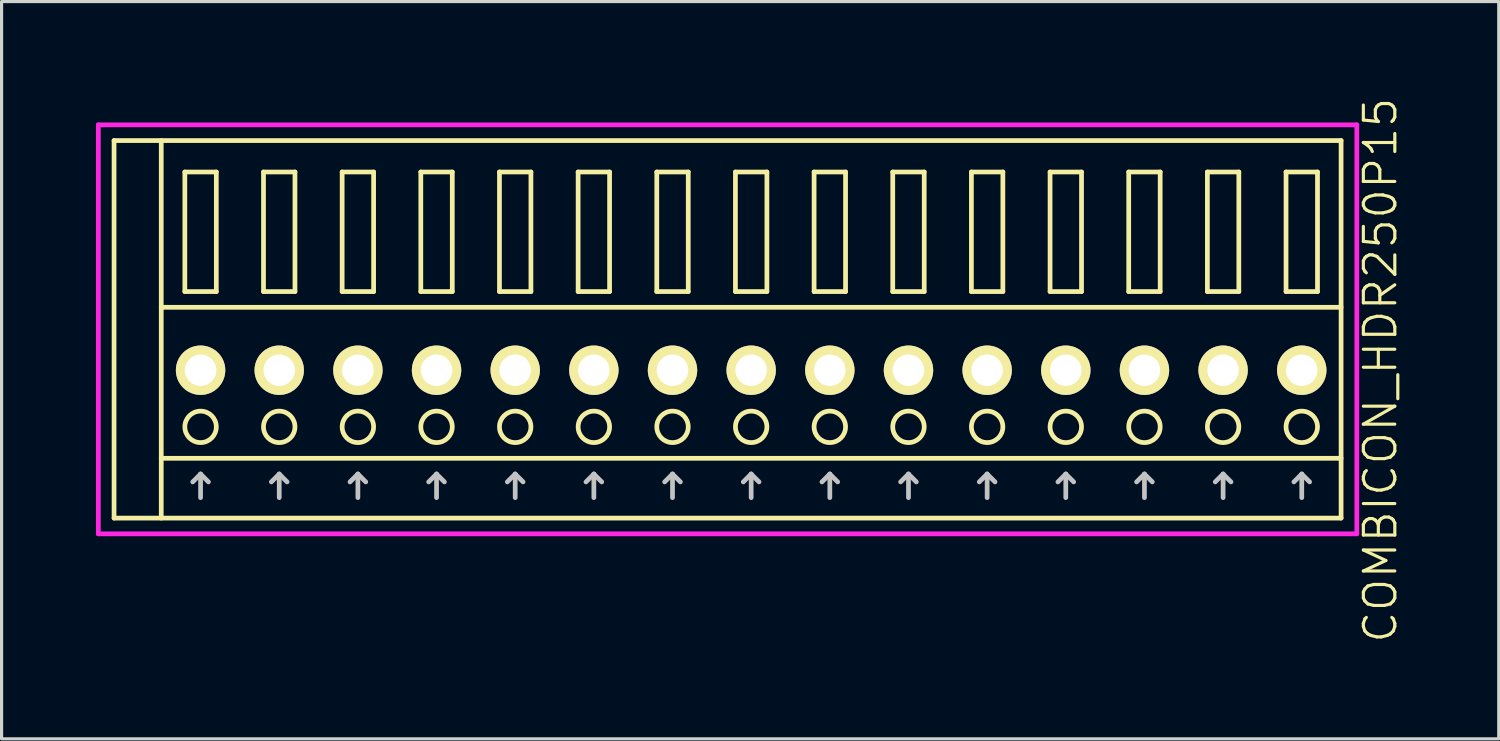
<source format=kicad_pcb>
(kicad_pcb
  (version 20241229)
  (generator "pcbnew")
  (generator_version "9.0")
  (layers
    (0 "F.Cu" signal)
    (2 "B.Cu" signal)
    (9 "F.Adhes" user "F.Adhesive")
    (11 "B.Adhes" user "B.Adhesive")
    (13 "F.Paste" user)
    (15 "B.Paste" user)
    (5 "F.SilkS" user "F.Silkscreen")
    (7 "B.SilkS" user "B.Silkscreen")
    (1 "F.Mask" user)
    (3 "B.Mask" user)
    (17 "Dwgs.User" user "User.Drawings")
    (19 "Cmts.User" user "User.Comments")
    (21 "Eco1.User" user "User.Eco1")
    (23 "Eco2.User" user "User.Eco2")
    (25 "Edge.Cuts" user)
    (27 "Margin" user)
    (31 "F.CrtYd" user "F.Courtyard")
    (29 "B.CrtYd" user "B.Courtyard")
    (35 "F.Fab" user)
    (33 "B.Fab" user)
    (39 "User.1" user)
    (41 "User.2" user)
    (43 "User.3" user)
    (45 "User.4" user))
  (footprint "COMBICON_HDR250P15"
    (layer "F.Cu")
    (at 20.825 8.717)
    (property "Reference" "COMBICON_HDR250P15" (at 20 0 90) (layer "F.SilkS") (effects (font (size 1 1) (thickness 0.1))))
    (attr through_hole)
    (fp_line (start -20.25 -7.3) (end -20.25 4.7) (stroke (width 0.15) (type solid)) (layer "F.SilkS"))
    (fp_line (start -20.25 4.7) (end 18.75 4.7) (stroke (width 0.15) (type solid)) (layer "F.SilkS"))
    (fp_line (start -18.75 -2) (end 18.75 -2) (stroke (width 0.15) (type solid)) (layer "F.SilkS"))
    (fp_line (start -18.75 2.8) (end 18.75 2.8) (stroke (width 0.15) (type solid)) (layer "F.SilkS"))
    (fp_line (start -18.75 4.7) (end -18.75 -7.3) (stroke (width 0.15) (type solid)) (layer "F.SilkS"))
    (fp_line (start -18 -6.3) (end -18 -2.5) (stroke (width 0.15) (type solid)) (layer "F.SilkS"))
    (fp_line (start -18 -2.5) (end -17 -2.5) (stroke (width 0.15) (type solid)) (layer "F.SilkS"))
    (fp_line (start -17 -6.3) (end -18 -6.3) (stroke (width 0.15) (type solid)) (layer "F.SilkS"))
    (fp_line (start -17 -2.5) (end -17 -6.3) (stroke (width 0.15) (type solid)) (layer "F.SilkS"))
    (fp_line (start -15.5 -6.3) (end -15.5 -2.5) (stroke (width 0.15) (type solid)) (layer "F.SilkS"))
    (fp_line (start -15.5 -2.5) (end -14.5 -2.5) (stroke (width 0.15) (type solid)) (layer "F.SilkS"))
    (fp_line (start -14.5 -6.3) (end -15.5 -6.3) (stroke (width 0.15) (type solid)) (layer "F.SilkS"))
    (fp_line (start -14.5 -2.5) (end -14.5 -6.3) (stroke (width 0.15) (type solid)) (layer "F.SilkS"))
    (fp_line (start -13 -6.3) (end -13 -2.5) (stroke (width 0.15) (type solid)) (layer "F.SilkS"))
    (fp_line (start -13 -2.5) (end -12 -2.5) (stroke (width 0.15) (type solid)) (layer "F.SilkS"))
    (fp_line (start -12 -6.3) (end -13 -6.3) (stroke (width 0.15) (type solid)) (layer "F.SilkS"))
    (fp_line (start -12 -2.5) (end -12 -6.3) (stroke (width 0.15) (type solid)) (layer "F.SilkS"))
    (fp_line (start -10.5 -6.3) (end -10.5 -2.5) (stroke (width 0.15) (type solid)) (layer "F.SilkS"))
    (fp_line (start -10.5 -2.5) (end -9.5 -2.5) (stroke (width 0.15) (type solid)) (layer "F.SilkS"))
    (fp_line (start -9.5 -6.3) (end -10.5 -6.3) (stroke (width 0.15) (type solid)) (layer "F.SilkS"))
    (fp_line (start -9.5 -2.5) (end -9.5 -6.3) (stroke (width 0.15) (type solid)) (layer "F.SilkS"))
    (fp_line (start -8 -6.3) (end -8 -2.5) (stroke (width 0.15) (type solid)) (layer "F.SilkS"))
    (fp_line (start -8 -2.5) (end -7 -2.5) (stroke (width 0.15) (type solid)) (layer "F.SilkS"))
    (fp_line (start -7 -6.3) (end -8 -6.3) (stroke (width 0.15) (type solid)) (layer "F.SilkS"))
    (fp_line (start -7 -2.5) (end -7 -6.3) (stroke (width 0.15) (type solid)) (layer "F.SilkS"))
    (fp_line (start -5.5 -6.3) (end -5.5 -2.5) (stroke (width 0.15) (type solid)) (layer "F.SilkS"))
    (fp_line (start -5.5 -2.5) (end -4.5 -2.5) (stroke (width 0.15) (type solid)) (layer "F.SilkS"))
    (fp_line (start -4.5 -6.3) (end -5.5 -6.3) (stroke (width 0.15) (type solid)) (layer "F.SilkS"))
    (fp_line (start -4.5 -2.5) (end -4.5 -6.3) (stroke (width 0.15) (type solid)) (layer "F.SilkS"))
    (fp_line (start -3 -6.3) (end -3 -2.5) (stroke (width 0.15) (type solid)) (layer "F.SilkS"))
    (fp_line (start -3 -2.5) (end -2 -2.5) (stroke (width 0.15) (type solid)) (layer "F.SilkS"))
    (fp_line (start -2 -6.3) (end -3 -6.3) (stroke (width 0.15) (type solid)) (layer "F.SilkS"))
    (fp_line (start -2 -2.5) (end -2 -6.3) (stroke (width 0.15) (type solid)) (layer "F.SilkS"))
    (fp_line (start -0.5 -6.3) (end -0.5 -2.5) (stroke (width 0.15) (type solid)) (layer "F.SilkS"))
    (fp_line (start -0.5 -2.5) (end 0.5 -2.5) (stroke (width 0.15) (type solid)) (layer "F.SilkS"))
    (fp_line (start 0.5 -6.3) (end -0.5 -6.3) (stroke (width 0.15) (type solid)) (layer "F.SilkS"))
    (fp_line (start 0.5 -2.5) (end 0.5 -6.3) (stroke (width 0.15) (type solid)) (layer "F.SilkS"))
    (fp_line (start 2 -6.3) (end 2 -2.5) (stroke (width 0.15) (type solid)) (layer "F.SilkS"))
    (fp_line (start 2 -2.5) (end 3 -2.5) (stroke (width 0.15) (type solid)) (layer "F.SilkS"))
    (fp_line (start 3 -6.3) (end 2 -6.3) (stroke (width 0.15) (type solid)) (layer "F.SilkS"))
    (fp_line (start 3 -2.5) (end 3 -6.3) (stroke (width 0.15) (type solid)) (layer "F.SilkS"))
    (fp_line (start 4.5 -6.3) (end 4.5 -2.5) (stroke (width 0.15) (type solid)) (layer "F.SilkS"))
    (fp_line (start 4.5 -2.5) (end 5.5 -2.5) (stroke (width 0.15) (type solid)) (layer "F.SilkS"))
    (fp_line (start 5.5 -6.3) (end 4.5 -6.3) (stroke (width 0.15) (type solid)) (layer "F.SilkS"))
    (fp_line (start 5.5 -2.5) (end 5.5 -6.3) (stroke (width 0.15) (type solid)) (layer "F.SilkS"))
    (fp_line (start 7 -6.3) (end 7 -2.5) (stroke (width 0.15) (type solid)) (layer "F.SilkS"))
    (fp_line (start 7 -2.5) (end 8 -2.5) (stroke (width 0.15) (type solid)) (layer "F.SilkS"))
    (fp_line (start 8 -6.3) (end 7 -6.3) (stroke (width 0.15) (type solid)) (layer "F.SilkS"))
    (fp_line (start 8 -2.5) (end 8 -6.3) (stroke (width 0.15) (type solid)) (layer "F.SilkS"))
    (fp_line (start 9.5 -6.3) (end 9.5 -2.5) (stroke (width 0.15) (type solid)) (layer "F.SilkS"))
    (fp_line (start 9.5 -2.5) (end 10.5 -2.5) (stroke (width 0.15) (type solid)) (layer "F.SilkS"))
    (fp_line (start 10.5 -6.3) (end 9.5 -6.3) (stroke (width 0.15) (type solid)) (layer "F.SilkS"))
    (fp_line (start 10.5 -2.5) (end 10.5 -6.3) (stroke (width 0.15) (type solid)) (layer "F.SilkS"))
    (fp_line (start 12 -6.3) (end 12 -2.5) (stroke (width 0.15) (type solid)) (layer "F.SilkS"))
    (fp_line (start 12 -2.5) (end 13 -2.5) (stroke (width 0.15) (type solid)) (layer "F.SilkS"))
    (fp_line (start 13 -6.3) (end 12 -6.3) (stroke (width 0.15) (type solid)) (layer "F.SilkS"))
    (fp_line (start 13 -2.5) (end 13 -6.3) (stroke (width 0.15) (type solid)) (layer "F.SilkS"))
    (fp_line (start 14.5 -6.3) (end 14.5 -2.5) (stroke (width 0.15) (type solid)) (layer "F.SilkS"))
    (fp_line (start 14.5 -2.5) (end 15.5 -2.5) (stroke (width 0.15) (type solid)) (layer "F.SilkS"))
    (fp_line (start 15.5 -6.3) (end 14.5 -6.3) (stroke (width 0.15) (type solid)) (layer "F.SilkS"))
    (fp_line (start 15.5 -2.5) (end 15.5 -6.3) (stroke (width 0.15) (type solid)) (layer "F.SilkS"))
    (fp_line (start 17 -6.3) (end 17 -2.5) (stroke (width 0.15) (type solid)) (layer "F.SilkS"))
    (fp_line (start 17 -2.5) (end 18 -2.5) (stroke (width 0.15) (type solid)) (layer "F.SilkS"))
    (fp_line (start 18 -6.3) (end 17 -6.3) (stroke (width 0.15) (type solid)) (layer "F.SilkS"))
    (fp_line (start 18 -2.5) (end 18 -6.3) (stroke (width 0.15) (type solid)) (layer "F.SilkS"))
    (fp_line (start 18.75 -7.3) (end -20.25 -7.3) (stroke (width 0.15) (type solid)) (layer "F.SilkS"))
    (fp_line (start 18.75 4.7) (end 18.75 -7.3) (stroke (width 0.15) (type solid)) (layer "F.SilkS"))
    (fp_circle (center -17.5 1.8) (end -17 1.8) (stroke (width 0.15) (type solid)) (fill no) (layer "F.SilkS"))
    (fp_circle (center -15 1.8) (end -14.5 1.8) (stroke (width 0.15) (type solid)) (fill no) (layer "F.SilkS"))
    (fp_circle (center -12.5 1.8) (end -12 1.8) (stroke (width 0.15) (type solid)) (fill no) (layer "F.SilkS"))
    (fp_circle (center -10 1.8) (end -9.5 1.8) (stroke (width 0.15) (type solid)) (fill no) (layer "F.SilkS"))
    (fp_circle (center -7.5 1.8) (end -7 1.8) (stroke (width 0.15) (type solid)) (fill no) (layer "F.SilkS"))
    (fp_circle (center -5 1.8) (end -4.5 1.8) (stroke (width 0.15) (type solid)) (fill no) (layer "F.SilkS"))
    (fp_circle (center -2.5 1.8) (end -2 1.8) (stroke (width 0.15) (type solid)) (fill no) (layer "F.SilkS"))
    (fp_circle (center 0 1.8) (end 0.5 1.8) (stroke (width 0.15) (type solid)) (fill no) (layer "F.SilkS"))
    (fp_circle (center 2.5 1.8) (end 3 1.8) (stroke (width 0.15) (type solid)) (fill no) (layer "F.SilkS"))
    (fp_circle (center 5 1.8) (end 5.5 1.8) (stroke (width 0.15) (type solid)) (fill no) (layer "F.SilkS"))
    (fp_circle (center 7.5 1.8) (end 8 1.8) (stroke (width 0.15) (type solid)) (fill no) (layer "F.SilkS"))
    (fp_circle (center 10 1.8) (end 10.5 1.8) (stroke (width 0.15) (type solid)) (fill no) (layer "F.SilkS"))
    (fp_circle (center 12.5 1.8) (end 13 1.8) (stroke (width 0.15) (type solid)) (fill no) (layer "F.SilkS"))
    (fp_circle (center 15 1.8) (end 15.5 1.8) (stroke (width 0.15) (type solid)) (fill no) (layer "F.SilkS"))
    (fp_circle (center 17.5 1.8) (end 18 1.8) (stroke (width 0.15) (type solid)) (fill no) (layer "F.SilkS"))
    (fp_line (start -17.75 3.55) (end -17.5 3.3) (stroke (width 0.15) (type solid)) (layer "Dwgs.User"))
    (fp_line (start -17.5 4.05) (end -17.5 3.3) (stroke (width 0.15) (type solid)) (layer "Dwgs.User"))
    (fp_line (start -17.25 3.55) (end -17.5 3.3) (stroke (width 0.15) (type solid)) (layer "Dwgs.User"))
    (fp_line (start -15.25 3.55) (end -15 3.3) (stroke (width 0.15) (type solid)) (layer "Dwgs.User"))
    (fp_line (start -15 4.05) (end -15 3.3) (stroke (width 0.15) (type solid)) (layer "Dwgs.User"))
    (fp_line (start -14.75 3.55) (end -15 3.3) (stroke (width 0.15) (type solid)) (layer "Dwgs.User"))
    (fp_line (start -12.75 3.55) (end -12.5 3.3) (stroke (width 0.15) (type solid)) (layer "Dwgs.User"))
    (fp_line (start -12.5 4.05) (end -12.5 3.3) (stroke (width 0.15) (type solid)) (layer "Dwgs.User"))
    (fp_line (start -12.25 3.55) (end -12.5 3.3) (stroke (width 0.15) (type solid)) (layer "Dwgs.User"))
    (fp_line (start -10.25 3.55) (end -10 3.3) (stroke (width 0.15) (type solid)) (layer "Dwgs.User"))
    (fp_line (start -10 4.05) (end -10 3.3) (stroke (width 0.15) (type solid)) (layer "Dwgs.User"))
    (fp_line (start -9.75 3.55) (end -10 3.3) (stroke (width 0.15) (type solid)) (layer "Dwgs.User"))
    (fp_line (start -7.75 3.55) (end -7.5 3.3) (stroke (width 0.15) (type solid)) (layer "Dwgs.User"))
    (fp_line (start -7.5 4.05) (end -7.5 3.3) (stroke (width 0.15) (type solid)) (layer "Dwgs.User"))
    (fp_line (start -7.25 3.55) (end -7.5 3.3) (stroke (width 0.15) (type solid)) (layer "Dwgs.User"))
    (fp_line (start -5.25 3.55) (end -5 3.3) (stroke (width 0.15) (type solid)) (layer "Dwgs.User"))
    (fp_line (start -5 4.05) (end -5 3.3) (stroke (width 0.15) (type solid)) (layer "Dwgs.User"))
    (fp_line (start -4.75 3.55) (end -5 3.3) (stroke (width 0.15) (type solid)) (layer "Dwgs.User"))
    (fp_line (start -2.75 3.55) (end -2.5 3.3) (stroke (width 0.15) (type solid)) (layer "Dwgs.User"))
    (fp_line (start -2.5 4.05) (end -2.5 3.3) (stroke (width 0.15) (type solid)) (layer "Dwgs.User"))
    (fp_line (start -2.25 3.55) (end -2.5 3.3) (stroke (width 0.15) (type solid)) (layer "Dwgs.User"))
    (fp_line (start -0.25 3.55) (end 0 3.3) (stroke (width 0.15) (type solid)) (layer "Dwgs.User"))
    (fp_line (start 0 4.05) (end 0 3.3) (stroke (width 0.15) (type solid)) (layer "Dwgs.User"))
    (fp_line (start 0.25 3.55) (end 0 3.3) (stroke (width 0.15) (type solid)) (layer "Dwgs.User"))
    (fp_line (start 2.25 3.55) (end 2.5 3.3) (stroke (width 0.15) (type solid)) (layer "Dwgs.User"))
    (fp_line (start 2.5 4.05) (end 2.5 3.3) (stroke (width 0.15) (type solid)) (layer "Dwgs.User"))
    (fp_line (start 2.75 3.55) (end 2.5 3.3) (stroke (width 0.15) (type solid)) (layer "Dwgs.User"))
    (fp_line (start 4.75 3.55) (end 5 3.3) (stroke (width 0.15) (type solid)) (layer "Dwgs.User"))
    (fp_line (start 5 4.05) (end 5 3.3) (stroke (width 0.15) (type solid)) (layer "Dwgs.User"))
    (fp_line (start 5.25 3.55) (end 5 3.3) (stroke (width 0.15) (type solid)) (layer "Dwgs.User"))
    (fp_line (start 7.25 3.55) (end 7.5 3.3) (stroke (width 0.15) (type solid)) (layer "Dwgs.User"))
    (fp_line (start 7.5 4.05) (end 7.5 3.3) (stroke (width 0.15) (type solid)) (layer "Dwgs.User"))
    (fp_line (start 7.75 3.55) (end 7.5 3.3) (stroke (width 0.15) (type solid)) (layer "Dwgs.User"))
    (fp_line (start 9.75 3.55) (end 10 3.3) (stroke (width 0.15) (type solid)) (layer "Dwgs.User"))
    (fp_line (start 10 4.05) (end 10 3.3) (stroke (width 0.15) (type solid)) (layer "Dwgs.User"))
    (fp_line (start 10.25 3.55) (end 10 3.3) (stroke (width 0.15) (type solid)) (layer "Dwgs.User"))
    (fp_line (start 12.25 3.55) (end 12.5 3.3) (stroke (width 0.15) (type solid)) (layer "Dwgs.User"))
    (fp_line (start 12.5 4.05) (end 12.5 3.3) (stroke (width 0.15) (type solid)) (layer "Dwgs.User"))
    (fp_line (start 12.75 3.55) (end 12.5 3.3) (stroke (width 0.15) (type solid)) (layer "Dwgs.User"))
    (fp_line (start 14.75 3.55) (end 15 3.3) (stroke (width 0.15) (type solid)) (layer "Dwgs.User"))
    (fp_line (start 15 4.05) (end 15 3.3) (stroke (width 0.15) (type solid)) (layer "Dwgs.User"))
    (fp_line (start 15.25 3.55) (end 15 3.3) (stroke (width 0.15) (type solid)) (layer "Dwgs.User"))
    (fp_line (start 17.25 3.55) (end 17.5 3.3) (stroke (width 0.15) (type solid)) (layer "Dwgs.User"))
    (fp_line (start 17.5 4.05) (end 17.5 3.3) (stroke (width 0.15) (type solid)) (layer "Dwgs.User"))
    (fp_line (start 17.75 3.55) (end 17.5 3.3) (stroke (width 0.15) (type solid)) (layer "Dwgs.User"))
    (fp_line (start -20.75 -7.8) (end -20.75 5.2) (stroke (width 0.15) (type solid)) (layer "F.CrtYd"))
    (fp_line (start -20.75 5.2) (end 19.25 5.2) (stroke (width 0.15) (type solid)) (layer "F.CrtYd"))
    (fp_line (start 19.25 -7.8) (end -20.75 -7.8) (stroke (width 0.15) (type solid)) (layer "F.CrtYd"))
    (fp_line (start 19.25 5.2) (end 19.25 -7.8) (stroke (width 0.15) (type solid)) (layer "F.CrtYd"))
    (pad "1" thru_hole oval (at -17.5 0) (size 1.57 1.57) (drill 1) (layers "*.Cu" "*.Mask" "F.SilkS"))
    (pad "2" thru_hole oval (at -15 0) (size 1.57 1.57) (drill 1) (layers "*.Cu" "*.Mask" "F.SilkS"))
    (pad "3" thru_hole oval (at -12.5 0) (size 1.57 1.57) (drill 1) (layers "*.Cu" "*.Mask" "F.SilkS"))
    (pad "4" thru_hole oval (at -10 0) (size 1.57 1.57) (drill 1) (layers "*.Cu" "*.Mask" "F.SilkS"))
    (pad "5" thru_hole oval (at -7.5 0) (size 1.57 1.57) (drill 1) (layers "*.Cu" "*.Mask" "F.SilkS"))
    (pad "6" thru_hole oval (at -5 0) (size 1.57 1.57) (drill 1) (layers "*.Cu" "*.Mask" "F.SilkS"))
    (pad "7" thru_hole oval (at -2.5 0) (size 1.57 1.57) (drill 1) (layers "*.Cu" "*.Mask" "F.SilkS"))
    (pad "8" thru_hole oval (at 0 0) (size 1.57 1.57) (drill 1) (layers "*.Cu" "*.Mask" "F.SilkS"))
    (pad "9" thru_hole oval (at 2.5 0) (size 1.57 1.57) (drill 1) (layers "*.Cu" "*.Mask" "F.SilkS"))
    (pad "10" thru_hole oval (at 5 0) (size 1.57 1.57) (drill 1) (layers "*.Cu" "*.Mask" "F.SilkS"))
    (pad "11" thru_hole oval (at 7.5 0) (size 1.57 1.57) (drill 1) (layers "*.Cu" "*.Mask" "F.SilkS"))
    (pad "12" thru_hole oval (at 10 0) (size 1.57 1.57) (drill 1) (layers "*.Cu" "*.Mask" "F.SilkS"))
    (pad "13" thru_hole oval (at 12.5 0) (size 1.57 1.57) (drill 1) (layers "*.Cu" "*.Mask" "F.SilkS"))
    (pad "14" thru_hole oval (at 15 0) (size 1.57 1.57) (drill 1) (layers "*.Cu" "*.Mask" "F.SilkS"))
    (pad "15" thru_hole oval (at 17.5 0) (size 1.57 1.57) (drill 1) (layers "*.Cu" "*.Mask" "F.SilkS")))
  (gr_rect
    (start -3 -3)
    (end 44.586 20.433)
    (stroke (width 0.1) (type default))
    (fill no)
    (layer "Edge.Cuts")))
</source>
